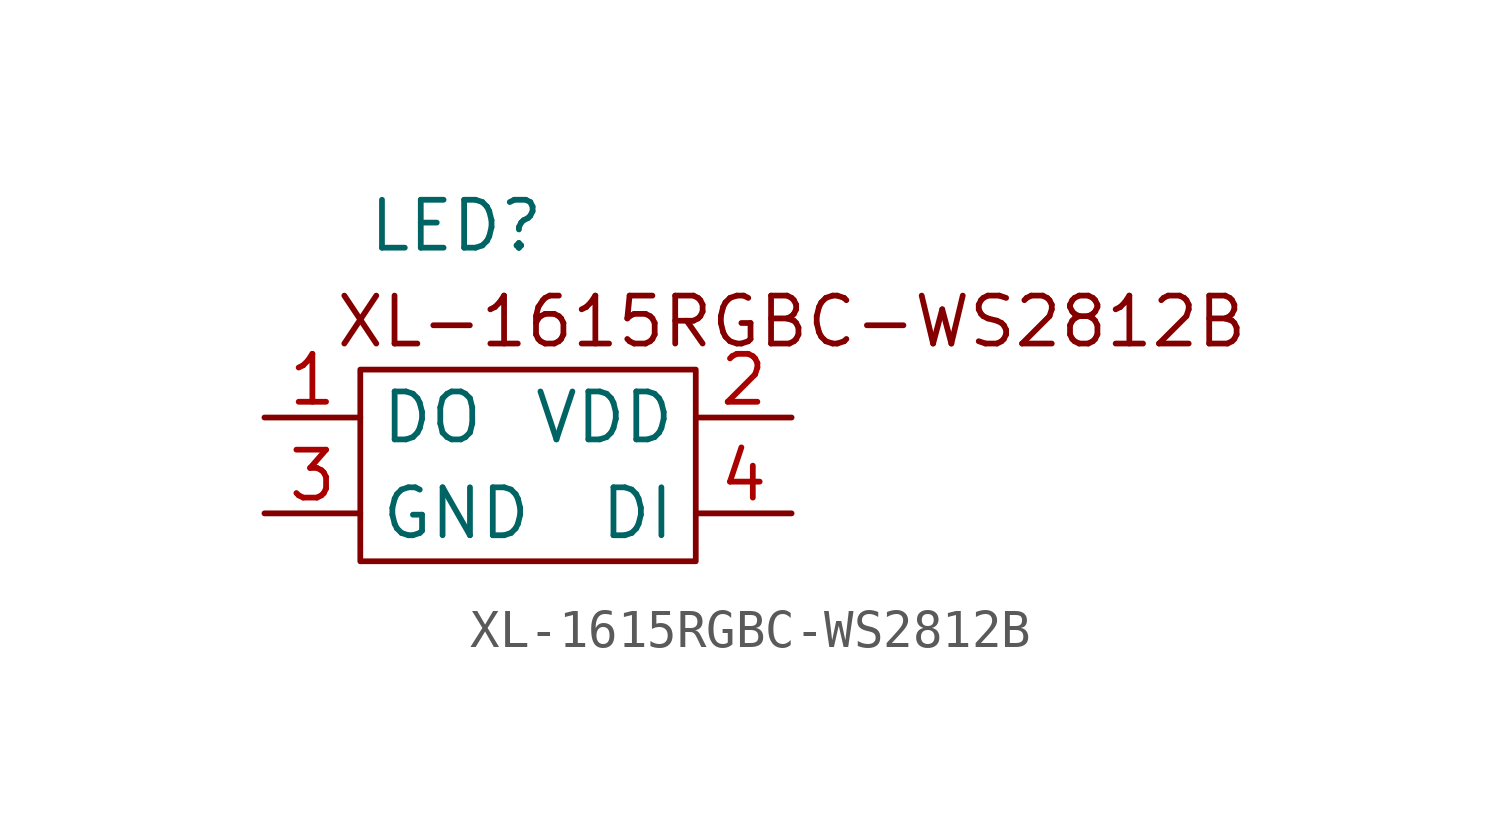
<source format=kicad_sym>
(kicad_symbol_lib
  (version 20220914)
  (generator kicad_symbol_editor)
  (symbol "XL-1615RGBC-WS2812B"
    (property "Reference" "LED"
      (at -1.27 1.27 0)
      (effects (font (size 1.27 1.27))))
    (property "Value" ""
      (at 0 0 0)
      (effects (font (size 1.27 1.27))))
    (symbol "XL-1615RGBC-WS2812B_0_1"
      (rectangle (start -3.81 -2.54) (end 5.08 -7.62) (stroke (width 0) (type default)) (fill (type none))))
    (symbol "XL-1615RGBC-WS2812B_1_1"
      (text "XL-1615RGBC-WS2812B" (at 7.62 -1.27 0) (effects (font (size 1.27 1.27))))
      (pin output line (at -6.35 -3.81 0) (length 2.54) (name "DO" (effects (font (size 1.27 1.27)))) (number "1" (effects (font (size 1.27 1.27)))))
      (pin power_in line (at 7.62 -3.81 180) (length 2.54) (name "VDD" (effects (font (size 1.27 1.27)))) (number "2" (effects (font (size 1.27 1.27)))))
      (pin power_in line (at -6.35 -6.35 0) (length 2.54) (name "GND" (effects (font (size 1.27 1.27)))) (number "3" (effects (font (size 1.27 1.27)))))
      (pin input line (at 7.62 -6.35 180) (length 2.54) (name "DI" (effects (font (size 1.27 1.27)))) (number "4" (effects (font (size 1.27 1.27))))))))
</source>
